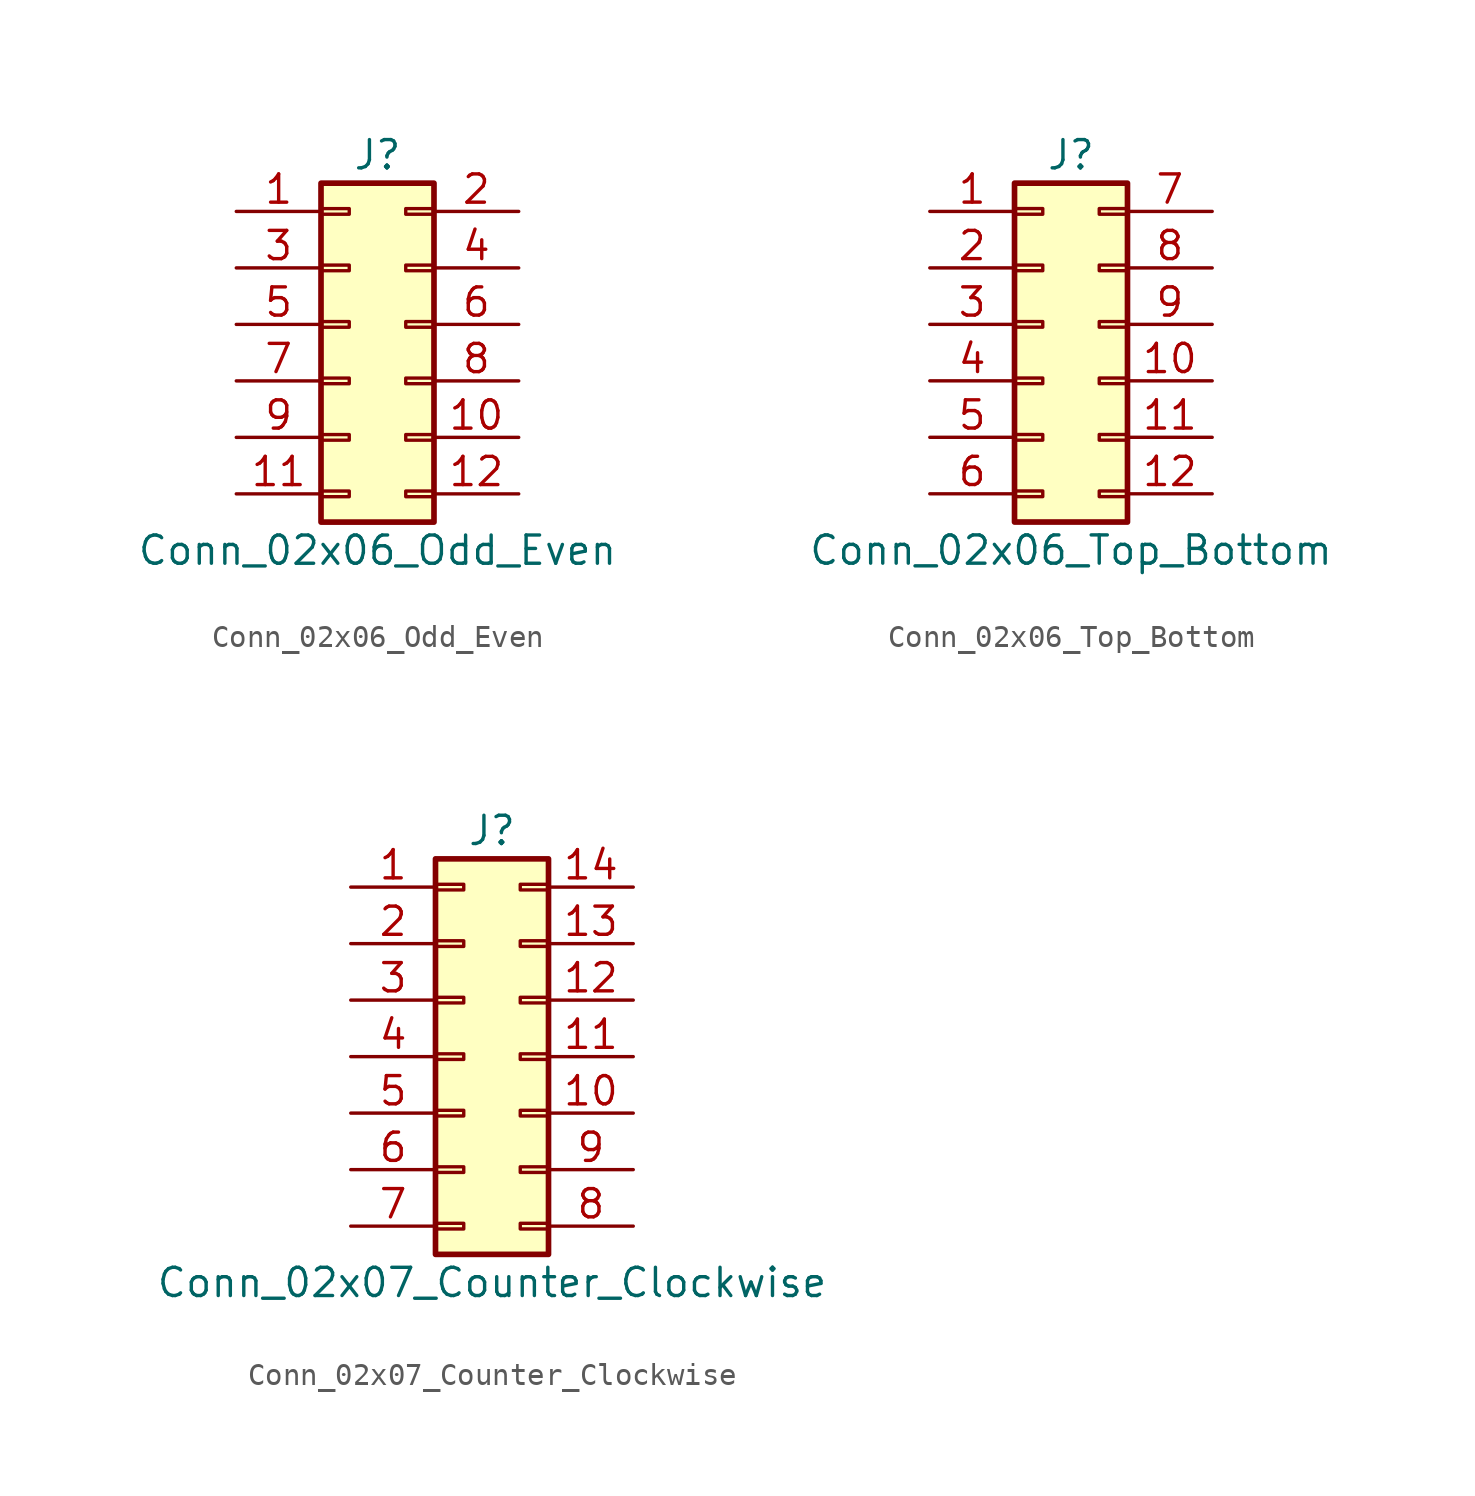
<source format=kicad_sym>
(kicad_symbol_lib
  (version 20211014)
  (generator kicad_symbol_editor)
  (symbol "Conn_02x06_Odd_Even"
    (pin_names
      (offset 1.016) hide)
    (property "Reference" "J"
      (at 1.27 7.62 0)
      (effects (font (size 1.27 1.27))))
    (property "Value" "Conn_02x06_Odd_Even"
      (at 1.27 -10.16 0)
      (effects (font (size 1.27 1.27))))
    (symbol "Conn_02x06_Odd_Even_1_1"
      (rectangle (start -1.27 -7.493) (end 0 -7.747) (stroke (width 0.152) (type default) (color 0 0 0 0)) (fill (type none)))
      (rectangle (start -1.27 -4.953) (end 0 -5.207) (stroke (width 0.152) (type default) (color 0 0 0 0)) (fill (type none)))
      (rectangle (start -1.27 -2.413) (end 0 -2.667) (stroke (width 0.152) (type default) (color 0 0 0 0)) (fill (type none)))
      (rectangle (start -1.27 0.127) (end 0 -0.127) (stroke (width 0.152) (type default) (color 0 0 0 0)) (fill (type none)))
      (rectangle (start -1.27 2.667) (end 0 2.413) (stroke (width 0.152) (type default) (color 0 0 0 0)) (fill (type none)))
      (rectangle (start -1.27 5.207) (end 0 4.953) (stroke (width 0.152) (type default) (color 0 0 0 0)) (fill (type none)))
      (rectangle (start -1.27 6.35) (end 3.81 -8.89) (stroke (width 0.254) (type default) (color 0 0 0 0)) (fill (type background)))
      (rectangle (start 3.81 -7.493) (end 2.54 -7.747) (stroke (width 0.152) (type default) (color 0 0 0 0)) (fill (type none)))
      (rectangle (start 3.81 -4.953) (end 2.54 -5.207) (stroke (width 0.152) (type default) (color 0 0 0 0)) (fill (type none)))
      (rectangle (start 3.81 -2.413) (end 2.54 -2.667) (stroke (width 0.152) (type default) (color 0 0 0 0)) (fill (type none)))
      (rectangle (start 3.81 0.127) (end 2.54 -0.127) (stroke (width 0.152) (type default) (color 0 0 0 0)) (fill (type none)))
      (rectangle (start 3.81 2.667) (end 2.54 2.413) (stroke (width 0.152) (type default) (color 0 0 0 0)) (fill (type none)))
      (rectangle (start 3.81 5.207) (end 2.54 4.953) (stroke (width 0.152) (type default) (color 0 0 0 0)) (fill (type none)))
      (pin passive line (at -5.08 5.08 0) (length 3.81) (name "Pin_1" (effects (font (size 1.27 1.27)))) (number "1" (effects (font (size 1.27 1.27)))))
      (pin passive line (at 7.62 -5.08 180) (length 3.81) (name "Pin_10" (effects (font (size 1.27 1.27)))) (number "10" (effects (font (size 1.27 1.27)))))
      (pin passive line (at -5.08 -7.62 0) (length 3.81) (name "Pin_11" (effects (font (size 1.27 1.27)))) (number "11" (effects (font (size 1.27 1.27)))))
      (pin passive line (at 7.62 -7.62 180) (length 3.81) (name "Pin_12" (effects (font (size 1.27 1.27)))) (number "12" (effects (font (size 1.27 1.27)))))
      (pin passive line (at 7.62 5.08 180) (length 3.81) (name "Pin_2" (effects (font (size 1.27 1.27)))) (number "2" (effects (font (size 1.27 1.27)))))
      (pin passive line (at -5.08 2.54 0) (length 3.81) (name "Pin_3" (effects (font (size 1.27 1.27)))) (number "3" (effects (font (size 1.27 1.27)))))
      (pin passive line (at 7.62 2.54 180) (length 3.81) (name "Pin_4" (effects (font (size 1.27 1.27)))) (number "4" (effects (font (size 1.27 1.27)))))
      (pin passive line (at -5.08 0 0) (length 3.81) (name "Pin_5" (effects (font (size 1.27 1.27)))) (number "5" (effects (font (size 1.27 1.27)))))
      (pin passive line (at 7.62 0 180) (length 3.81) (name "Pin_6" (effects (font (size 1.27 1.27)))) (number "6" (effects (font (size 1.27 1.27)))))
      (pin passive line (at -5.08 -2.54 0) (length 3.81) (name "Pin_7" (effects (font (size 1.27 1.27)))) (number "7" (effects (font (size 1.27 1.27)))))
      (pin passive line (at 7.62 -2.54 180) (length 3.81) (name "Pin_8" (effects (font (size 1.27 1.27)))) (number "8" (effects (font (size 1.27 1.27)))))
      (pin passive line (at -5.08 -5.08 0) (length 3.81) (name "Pin_9" (effects (font (size 1.27 1.27)))) (number "9" (effects (font (size 1.27 1.27)))))))
  (symbol "Conn_02x06_Top_Bottom"
    (pin_names
      (offset 1.016) hide)
    (property "Reference" "J"
      (at 1.27 7.62 0)
      (effects (font (size 1.27 1.27))))
    (property "Value" "Conn_02x06_Top_Bottom"
      (at 1.27 -10.16 0)
      (effects (font (size 1.27 1.27))))
    (symbol "Conn_02x06_Top_Bottom_1_1"
      (rectangle (start -1.27 -7.493) (end 0 -7.747) (stroke (width 0.152) (type default) (color 0 0 0 0)) (fill (type none)))
      (rectangle (start -1.27 -4.953) (end 0 -5.207) (stroke (width 0.152) (type default) (color 0 0 0 0)) (fill (type none)))
      (rectangle (start -1.27 -2.413) (end 0 -2.667) (stroke (width 0.152) (type default) (color 0 0 0 0)) (fill (type none)))
      (rectangle (start -1.27 0.127) (end 0 -0.127) (stroke (width 0.152) (type default) (color 0 0 0 0)) (fill (type none)))
      (rectangle (start -1.27 2.667) (end 0 2.413) (stroke (width 0.152) (type default) (color 0 0 0 0)) (fill (type none)))
      (rectangle (start -1.27 5.207) (end 0 4.953) (stroke (width 0.152) (type default) (color 0 0 0 0)) (fill (type none)))
      (rectangle (start -1.27 6.35) (end 3.81 -8.89) (stroke (width 0.254) (type default) (color 0 0 0 0)) (fill (type background)))
      (rectangle (start 3.81 -7.493) (end 2.54 -7.747) (stroke (width 0.152) (type default) (color 0 0 0 0)) (fill (type none)))
      (rectangle (start 3.81 -4.953) (end 2.54 -5.207) (stroke (width 0.152) (type default) (color 0 0 0 0)) (fill (type none)))
      (rectangle (start 3.81 -2.413) (end 2.54 -2.667) (stroke (width 0.152) (type default) (color 0 0 0 0)) (fill (type none)))
      (rectangle (start 3.81 0.127) (end 2.54 -0.127) (stroke (width 0.152) (type default) (color 0 0 0 0)) (fill (type none)))
      (rectangle (start 3.81 2.667) (end 2.54 2.413) (stroke (width 0.152) (type default) (color 0 0 0 0)) (fill (type none)))
      (rectangle (start 3.81 5.207) (end 2.54 4.953) (stroke (width 0.152) (type default) (color 0 0 0 0)) (fill (type none)))
      (pin passive line (at -5.08 5.08 0) (length 3.81) (name "Pin_1" (effects (font (size 1.27 1.27)))) (number "1" (effects (font (size 1.27 1.27)))))
      (pin passive line (at 7.62 -2.54 180) (length 3.81) (name "Pin_10" (effects (font (size 1.27 1.27)))) (number "10" (effects (font (size 1.27 1.27)))))
      (pin passive line (at 7.62 -5.08 180) (length 3.81) (name "Pin_11" (effects (font (size 1.27 1.27)))) (number "11" (effects (font (size 1.27 1.27)))))
      (pin passive line (at 7.62 -7.62 180) (length 3.81) (name "Pin_12" (effects (font (size 1.27 1.27)))) (number "12" (effects (font (size 1.27 1.27)))))
      (pin passive line (at -5.08 2.54 0) (length 3.81) (name "Pin_2" (effects (font (size 1.27 1.27)))) (number "2" (effects (font (size 1.27 1.27)))))
      (pin passive line (at -5.08 0 0) (length 3.81) (name "Pin_3" (effects (font (size 1.27 1.27)))) (number "3" (effects (font (size 1.27 1.27)))))
      (pin passive line (at -5.08 -2.54 0) (length 3.81) (name "Pin_4" (effects (font (size 1.27 1.27)))) (number "4" (effects (font (size 1.27 1.27)))))
      (pin passive line (at -5.08 -5.08 0) (length 3.81) (name "Pin_5" (effects (font (size 1.27 1.27)))) (number "5" (effects (font (size 1.27 1.27)))))
      (pin passive line (at -5.08 -7.62 0) (length 3.81) (name "Pin_6" (effects (font (size 1.27 1.27)))) (number "6" (effects (font (size 1.27 1.27)))))
      (pin passive line (at 7.62 5.08 180) (length 3.81) (name "Pin_7" (effects (font (size 1.27 1.27)))) (number "7" (effects (font (size 1.27 1.27)))))
      (pin passive line (at 7.62 2.54 180) (length 3.81) (name "Pin_8" (effects (font (size 1.27 1.27)))) (number "8" (effects (font (size 1.27 1.27)))))
      (pin passive line (at 7.62 0 180) (length 3.81) (name "Pin_9" (effects (font (size 1.27 1.27)))) (number "9" (effects (font (size 1.27 1.27)))))))
  (symbol "Conn_02x07_Counter_Clockwise"
    (pin_names
      (offset 1.016) hide)
    (property "Reference" "J"
      (at 1.27 10.16 0)
      (effects (font (size 1.27 1.27))))
    (property "Value" "Conn_02x07_Counter_Clockwise"
      (at 1.27 -10.16 0)
      (effects (font (size 1.27 1.27))))
    (symbol "Conn_02x07_Counter_Clockwise_1_1"
      (rectangle (start -1.27 -7.493) (end 0 -7.747) (stroke (width 0.152) (type default) (color 0 0 0 0)) (fill (type none)))
      (rectangle (start -1.27 -4.953) (end 0 -5.207) (stroke (width 0.152) (type default) (color 0 0 0 0)) (fill (type none)))
      (rectangle (start -1.27 -2.413) (end 0 -2.667) (stroke (width 0.152) (type default) (color 0 0 0 0)) (fill (type none)))
      (rectangle (start -1.27 0.127) (end 0 -0.127) (stroke (width 0.152) (type default) (color 0 0 0 0)) (fill (type none)))
      (rectangle (start -1.27 2.667) (end 0 2.413) (stroke (width 0.152) (type default) (color 0 0 0 0)) (fill (type none)))
      (rectangle (start -1.27 5.207) (end 0 4.953) (stroke (width 0.152) (type default) (color 0 0 0 0)) (fill (type none)))
      (rectangle (start -1.27 7.747) (end 0 7.493) (stroke (width 0.152) (type default) (color 0 0 0 0)) (fill (type none)))
      (rectangle (start -1.27 8.89) (end 3.81 -8.89) (stroke (width 0.254) (type default) (color 0 0 0 0)) (fill (type background)))
      (rectangle (start 3.81 -7.493) (end 2.54 -7.747) (stroke (width 0.152) (type default) (color 0 0 0 0)) (fill (type none)))
      (rectangle (start 3.81 -4.953) (end 2.54 -5.207) (stroke (width 0.152) (type default) (color 0 0 0 0)) (fill (type none)))
      (rectangle (start 3.81 -2.413) (end 2.54 -2.667) (stroke (width 0.152) (type default) (color 0 0 0 0)) (fill (type none)))
      (rectangle (start 3.81 0.127) (end 2.54 -0.127) (stroke (width 0.152) (type default) (color 0 0 0 0)) (fill (type none)))
      (rectangle (start 3.81 2.667) (end 2.54 2.413) (stroke (width 0.152) (type default) (color 0 0 0 0)) (fill (type none)))
      (rectangle (start 3.81 5.207) (end 2.54 4.953) (stroke (width 0.152) (type default) (color 0 0 0 0)) (fill (type none)))
      (rectangle (start 3.81 7.747) (end 2.54 7.493) (stroke (width 0.152) (type default) (color 0 0 0 0)) (fill (type none)))
      (pin passive line (at -5.08 7.62 0) (length 3.81) (name "Pin_1" (effects (font (size 1.27 1.27)))) (number "1" (effects (font (size 1.27 1.27)))))
      (pin passive line (at 7.62 -2.54 180) (length 3.81) (name "Pin_10" (effects (font (size 1.27 1.27)))) (number "10" (effects (font (size 1.27 1.27)))))
      (pin passive line (at 7.62 0 180) (length 3.81) (name "Pin_11" (effects (font (size 1.27 1.27)))) (number "11" (effects (font (size 1.27 1.27)))))
      (pin passive line (at 7.62 2.54 180) (length 3.81) (name "Pin_12" (effects (font (size 1.27 1.27)))) (number "12" (effects (font (size 1.27 1.27)))))
      (pin passive line (at 7.62 5.08 180) (length 3.81) (name "Pin_13" (effects (font (size 1.27 1.27)))) (number "13" (effects (font (size 1.27 1.27)))))
      (pin passive line (at 7.62 7.62 180) (length 3.81) (name "Pin_14" (effects (font (size 1.27 1.27)))) (number "14" (effects (font (size 1.27 1.27)))))
      (pin passive line (at -5.08 5.08 0) (length 3.81) (name "Pin_2" (effects (font (size 1.27 1.27)))) (number "2" (effects (font (size 1.27 1.27)))))
      (pin passive line (at -5.08 2.54 0) (length 3.81) (name "Pin_3" (effects (font (size 1.27 1.27)))) (number "3" (effects (font (size 1.27 1.27)))))
      (pin passive line (at -5.08 0 0) (length 3.81) (name "Pin_4" (effects (font (size 1.27 1.27)))) (number "4" (effects (font (size 1.27 1.27)))))
      (pin passive line (at -5.08 -2.54 0) (length 3.81) (name "Pin_5" (effects (font (size 1.27 1.27)))) (number "5" (effects (font (size 1.27 1.27)))))
      (pin passive line (at -5.08 -5.08 0) (length 3.81) (name "Pin_6" (effects (font (size 1.27 1.27)))) (number "6" (effects (font (size 1.27 1.27)))))
      (pin passive line (at -5.08 -7.62 0) (length 3.81) (name "Pin_7" (effects (font (size 1.27 1.27)))) (number "7" (effects (font (size 1.27 1.27)))))
      (pin passive line (at 7.62 -7.62 180) (length 3.81) (name "Pin_8" (effects (font (size 1.27 1.27)))) (number "8" (effects (font (size 1.27 1.27)))))
      (pin passive line (at 7.62 -5.08 180) (length 3.81) (name "Pin_9" (effects (font (size 1.27 1.27)))) (number "9" (effects (font (size 1.27 1.27))))))))
</source>
